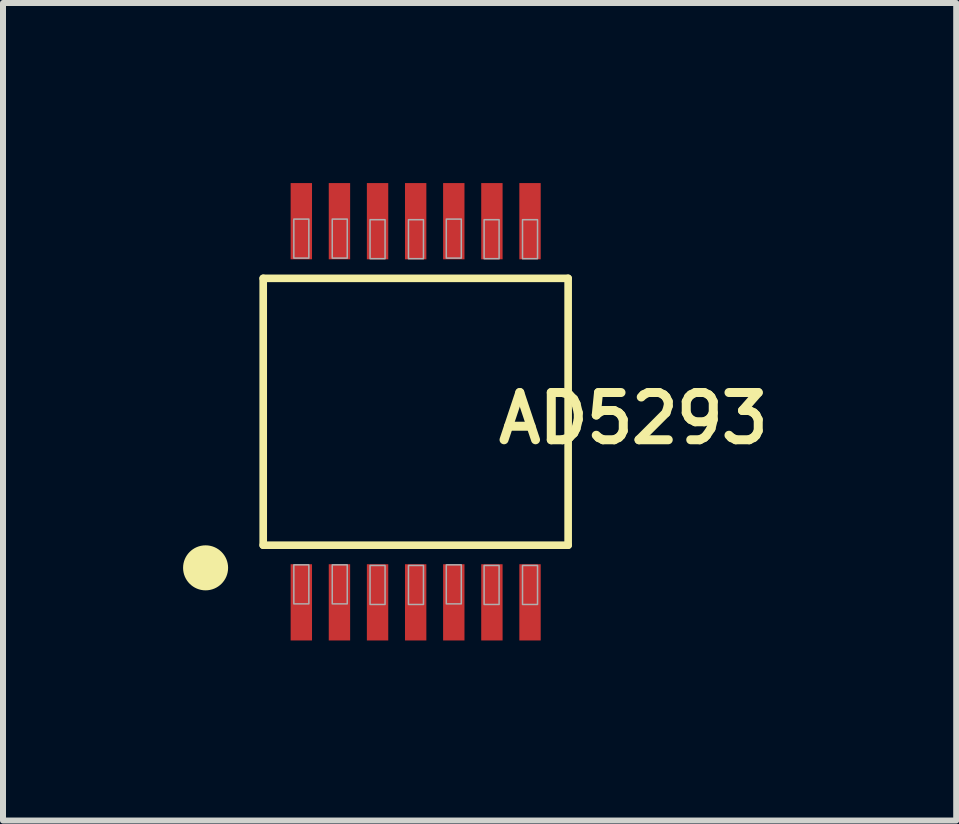
<source format=kicad_pcb>
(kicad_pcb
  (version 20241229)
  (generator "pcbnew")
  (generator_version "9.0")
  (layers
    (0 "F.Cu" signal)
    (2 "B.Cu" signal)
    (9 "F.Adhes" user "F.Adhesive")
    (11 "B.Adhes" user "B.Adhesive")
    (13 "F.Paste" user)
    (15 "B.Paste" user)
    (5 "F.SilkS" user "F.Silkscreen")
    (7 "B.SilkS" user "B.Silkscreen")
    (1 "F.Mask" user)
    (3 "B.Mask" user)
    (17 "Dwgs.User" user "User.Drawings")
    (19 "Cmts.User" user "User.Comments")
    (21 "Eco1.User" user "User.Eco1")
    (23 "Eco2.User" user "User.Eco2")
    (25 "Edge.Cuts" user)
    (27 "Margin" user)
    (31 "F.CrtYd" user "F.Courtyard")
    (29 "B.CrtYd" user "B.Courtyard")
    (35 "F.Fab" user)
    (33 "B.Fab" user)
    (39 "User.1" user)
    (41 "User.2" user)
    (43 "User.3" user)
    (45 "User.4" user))
  (footprint "AD5293"
    (layer "F.Cu")
    (at 3.875 3.81)
    (property "Reference" "AD5293" (at 3.627 0.11 180) (layer "F.SilkS") (effects (font (size 0.787 0.787) (thickness 0.15))))
    (attr smd)
    (fp_line (start -2.54 -2.223) (end -2.54 2.223) (stroke (width 0.127) (type solid)) (layer "F.SilkS"))
    (fp_line (start -2.54 2.223) (end 2.54 2.223) (stroke (width 0.127) (type solid)) (layer "F.SilkS"))
    (fp_line (start 2.54 -2.223) (end -2.54 -2.223) (stroke (width 0.127) (type solid)) (layer "F.SilkS"))
    (fp_line (start 2.54 2.223) (end 2.54 -2.223) (stroke (width 0.127) (type solid)) (layer "F.SilkS"))
    (fp_circle (center -3.5 2.6) (end -3.4 2.6) (stroke (width 0.15) (type solid)) (fill no) (layer "F.SilkS"))
    (fp_circle (center -3.5 2.6) (end -3.3 2.6) (stroke (width 0.15) (type solid)) (fill no) (layer "F.SilkS"))
    (fp_circle (center -3.5 2.6) (end -3.2 2.6) (stroke (width 0.15) (type solid)) (fill no) (layer "F.SilkS"))
    (fp_circle (center -3.5 2.7) (end -3.4 2.7) (stroke (width 0.15) (type solid)) (fill no) (layer "F.SilkS"))
    (fp_poly (pts (xy -2.03 -3.21) (xy -1.78 -3.21) (xy -1.78 -2.56) (xy -2.03 -2.56)) (stroke (width 0.025) (type solid)) (fill no) (layer "F.Fab"))
    (fp_poly (pts (xy -2.03 2.55) (xy -1.78 2.55) (xy -1.78 3.2) (xy -2.03 3.2)) (stroke (width 0.025) (type solid)) (fill no) (layer "F.Fab"))
    (fp_poly (pts (xy -1.39 -3.21) (xy -1.14 -3.21) (xy -1.14 -2.56) (xy -1.39 -2.56)) (stroke (width 0.025) (type solid)) (fill no) (layer "F.Fab"))
    (fp_poly (pts (xy -1.39 2.55) (xy -1.14 2.55) (xy -1.14 3.2) (xy -1.39 3.2)) (stroke (width 0.025) (type solid)) (fill no) (layer "F.Fab"))
    (fp_poly (pts (xy -0.76 -3.2) (xy -0.51 -3.2) (xy -0.51 -2.55) (xy -0.76 -2.55)) (stroke (width 0.025) (type solid)) (fill no) (layer "F.Fab"))
    (fp_poly (pts (xy -0.76 2.56) (xy -0.51 2.56) (xy -0.51 3.21) (xy -0.76 3.21)) (stroke (width 0.025) (type solid)) (fill no) (layer "F.Fab"))
    (fp_poly (pts (xy -0.12 -3.2) (xy 0.13 -3.2) (xy 0.13 -2.55) (xy -0.12 -2.55)) (stroke (width 0.025) (type solid)) (fill no) (layer "F.Fab"))
    (fp_poly (pts (xy -0.12 2.56) (xy 0.13 2.56) (xy 0.13 3.21) (xy -0.12 3.21)) (stroke (width 0.025) (type solid)) (fill no) (layer "F.Fab"))
    (fp_poly (pts (xy 0.51 -3.21) (xy 0.76 -3.21) (xy 0.76 -2.56) (xy 0.51 -2.56)) (stroke (width 0.025) (type solid)) (fill no) (layer "F.Fab"))
    (fp_poly (pts (xy 0.51 2.55) (xy 0.76 2.55) (xy 0.76 3.2) (xy 0.51 3.2)) (stroke (width 0.025) (type solid)) (fill no) (layer "F.Fab"))
    (fp_poly (pts (xy 1.14 -3.2) (xy 1.39 -3.2) (xy 1.39 -2.55) (xy 1.14 -2.55)) (stroke (width 0.025) (type solid)) (fill no) (layer "F.Fab"))
    (fp_poly (pts (xy 1.14 2.56) (xy 1.39 2.56) (xy 1.39 3.21) (xy 1.14 3.21)) (stroke (width 0.025) (type solid)) (fill no) (layer "F.Fab"))
    (fp_poly (pts (xy 1.78 -3.2) (xy 2.03 -3.2) (xy 2.03 -2.55) (xy 1.78 -2.55)) (stroke (width 0.025) (type solid)) (fill no) (layer "F.Fab"))
    (fp_poly (pts (xy 1.78 2.56) (xy 2.03 2.56) (xy 2.03 3.21) (xy 1.78 3.21)) (stroke (width 0.025) (type solid)) (fill no) (layer "F.Fab"))
    (pad "1" smd rect (at -1.905 3.175) (size 0.356 1.27) (layers "F.Cu" "F.Mask" "F.Paste"))
    (pad "2" smd rect (at -1.27 3.175) (size 0.356 1.27) (layers "F.Cu" "F.Mask" "F.Paste"))
    (pad "3" smd rect (at -0.635 3.175) (size 0.356 1.27) (layers "F.Cu" "F.Mask" "F.Paste"))
    (pad "4" smd rect (at 0 3.175) (size 0.356 1.27) (layers "F.Cu" "F.Mask" "F.Paste"))
    (pad "5" smd rect (at 0.635 3.175) (size 0.356 1.27) (layers "F.Cu" "F.Mask" "F.Paste"))
    (pad "6" smd rect (at 1.27 3.175) (size 0.356 1.27) (layers "F.Cu" "F.Mask" "F.Paste"))
    (pad "7" smd rect (at 1.905 3.175) (size 0.356 1.27) (layers "F.Cu" "F.Mask" "F.Paste"))
    (pad "8" smd rect (at 1.905 -3.175) (size 0.356 1.27) (layers "F.Cu" "F.Mask" "F.Paste"))
    (pad "9" smd rect (at 1.27 -3.175) (size 0.356 1.27) (layers "F.Cu" "F.Mask" "F.Paste"))
    (pad "10" smd rect (at 0.635 -3.175) (size 0.356 1.27) (layers "F.Cu" "F.Mask" "F.Paste"))
    (pad "11" smd rect (at 0 -3.175) (size 0.356 1.27) (layers "F.Cu" "F.Mask" "F.Paste"))
    (pad "12" smd rect (at -0.635 -3.175) (size 0.356 1.27) (layers "F.Cu" "F.Mask" "F.Paste"))
    (pad "13" smd rect (at -1.27 -3.175) (size 0.356 1.27) (layers "F.Cu" "F.Mask" "F.Paste"))
    (pad "14" smd rect (at -1.905 -3.175) (size 0.356 1.27) (layers "F.Cu" "F.Mask" "F.Paste")))
  (gr_rect
    (start -3 -3)
    (end 12.88 10.62)
    (stroke (width 0.1) (type default))
    (fill no)
    (layer "Edge.Cuts")))
</source>
